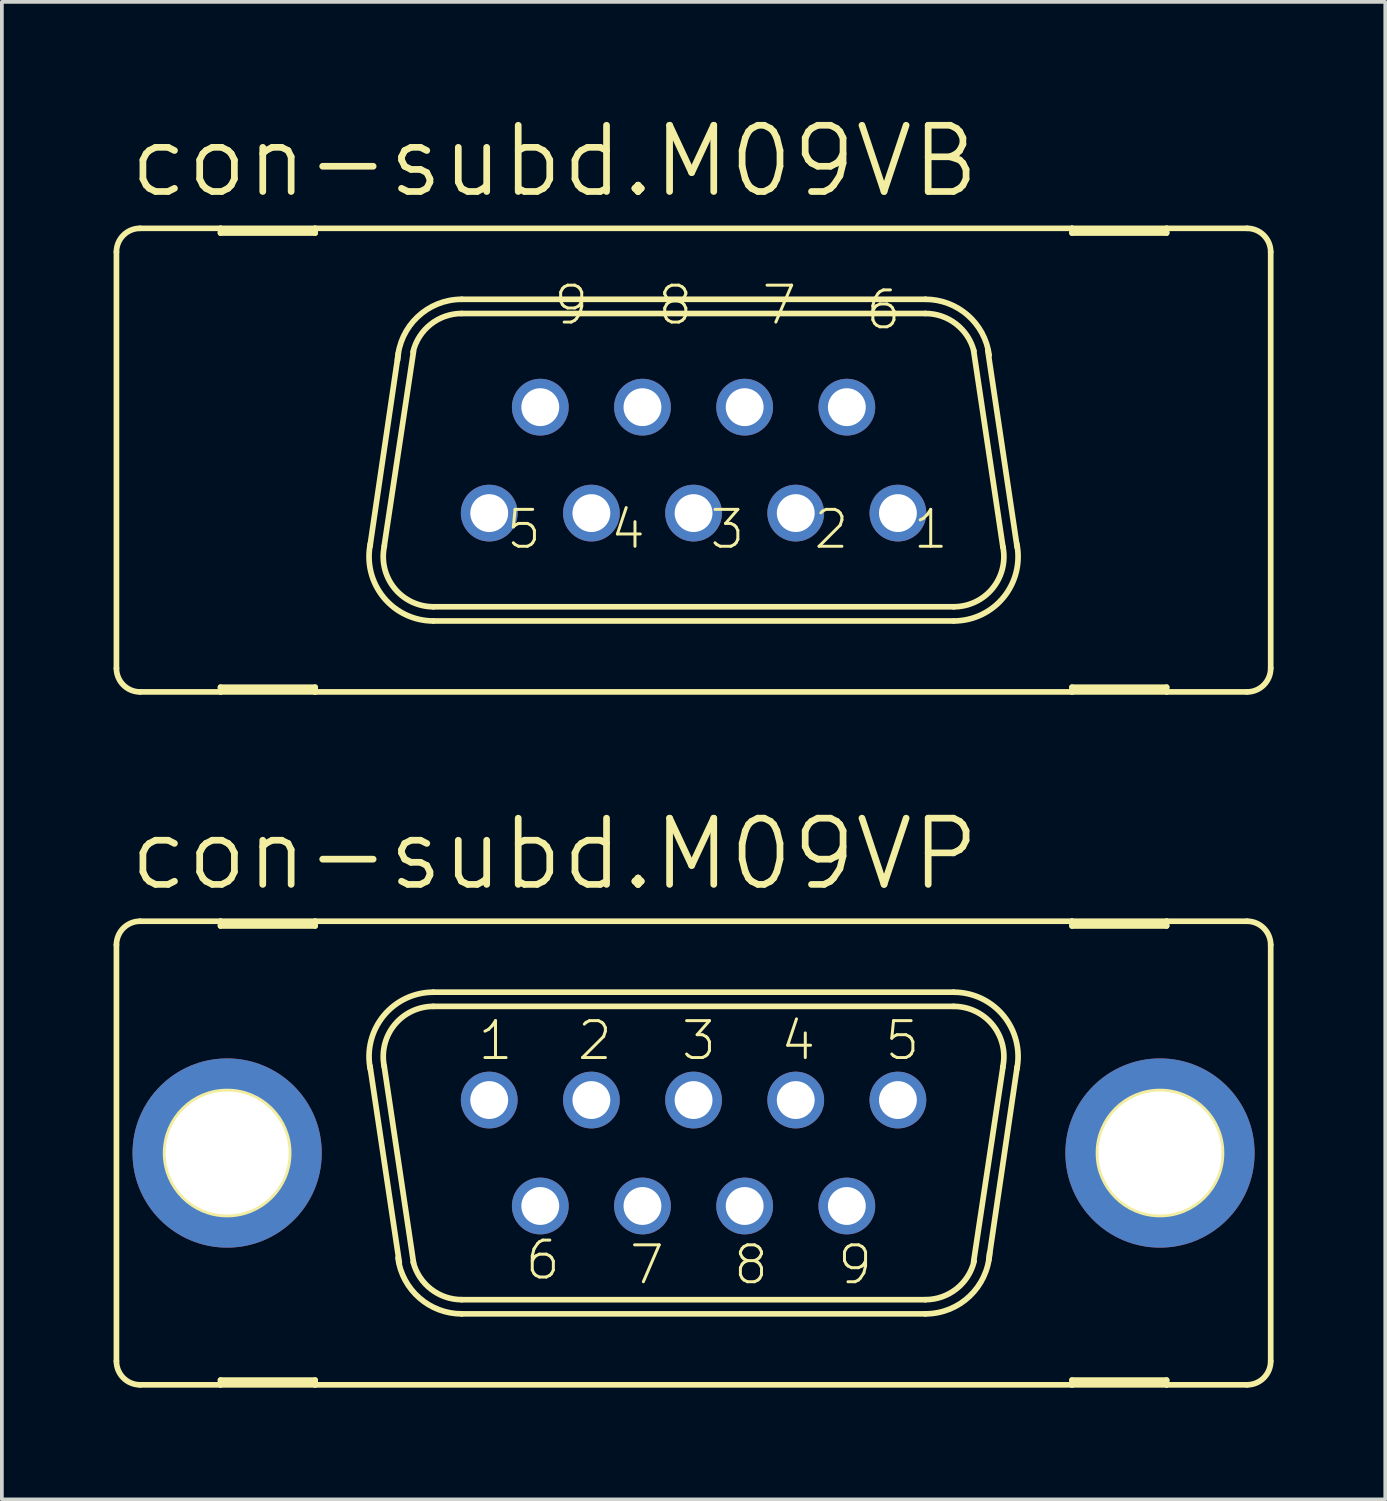
<source format=kicad_pcb>
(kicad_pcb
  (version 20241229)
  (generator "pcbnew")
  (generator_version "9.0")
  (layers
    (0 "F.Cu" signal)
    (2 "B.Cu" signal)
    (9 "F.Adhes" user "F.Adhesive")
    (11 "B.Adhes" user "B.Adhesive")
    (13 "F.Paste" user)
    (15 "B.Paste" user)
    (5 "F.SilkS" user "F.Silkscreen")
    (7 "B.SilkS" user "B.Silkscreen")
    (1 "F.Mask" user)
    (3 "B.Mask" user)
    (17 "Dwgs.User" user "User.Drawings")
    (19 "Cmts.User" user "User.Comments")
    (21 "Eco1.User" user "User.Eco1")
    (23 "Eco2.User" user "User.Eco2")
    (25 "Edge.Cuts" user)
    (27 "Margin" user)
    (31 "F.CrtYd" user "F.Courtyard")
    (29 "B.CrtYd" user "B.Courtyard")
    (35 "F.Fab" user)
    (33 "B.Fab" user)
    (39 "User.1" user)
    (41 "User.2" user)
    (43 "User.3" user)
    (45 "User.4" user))
  (footprint "con-subd.M09VB"
    (layer "F.Cu")
    (at 15.57 9.303)
    (property "Reference" "con-subd.M09VB" (at -15.24 -6.985 0) (layer "F.SilkS") (effects (font (size 1.778 1.778) (thickness 0.18)) (justify left bottom)))
    (attr through_hole)
    (fp_line (start -15.494 5.588) (end -15.494 -5.588) (stroke (width 0.152) (type default)) (layer "F.SilkS"))
    (fp_line (start -14.859 6.223) (end -12.7 6.223) (stroke (width 0.152) (type default)) (layer "F.SilkS"))
    (fp_line (start -12.7 -6.223) (end -14.859 -6.223) (stroke (width 0.152) (type default)) (layer "F.SilkS"))
    (fp_line (start -12.7 -6.096) (end -12.7 -6.223) (stroke (width 0.152) (type default)) (layer "F.SilkS"))
    (fp_line (start -12.7 6.096) (end -12.7 6.223) (stroke (width 0.152) (type default)) (layer "F.SilkS"))
    (fp_line (start -12.7 6.223) (end -10.16 6.223) (stroke (width 0.152) (type default)) (layer "F.SilkS"))
    (fp_line (start -10.16 -6.223) (end -12.7 -6.223) (stroke (width 0.152) (type default)) (layer "F.SilkS"))
    (fp_line (start -10.16 -6.223) (end -10.16 -6.096) (stroke (width 0.152) (type default)) (layer "F.SilkS"))
    (fp_line (start -10.16 -6.096) (end -12.7 -6.096) (stroke (width 0.152) (type default)) (layer "F.SilkS"))
    (fp_line (start -10.16 6.096) (end -12.7 6.096) (stroke (width 0.152) (type default)) (layer "F.SilkS"))
    (fp_line (start -10.16 6.223) (end -10.16 6.096) (stroke (width 0.152) (type default)) (layer "F.SilkS"))
    (fp_line (start -10.16 6.223) (end 10.16 6.223) (stroke (width 0.152) (type default)) (layer "F.SilkS"))
    (fp_line (start -8.687 2.311) (end -7.925 -2.87) (stroke (width 0.152) (type default)) (layer "F.SilkS"))
    (fp_line (start -8.306 2.311) (end -7.518 -2.921) (stroke (width 0.152) (type default)) (layer "F.SilkS"))
    (fp_line (start 6.223 -4.318) (end -6.223 -4.318) (stroke (width 0.152) (type default)) (layer "F.SilkS"))
    (fp_line (start 6.223 -3.937) (end -6.223 -3.937) (stroke (width 0.152) (type default)) (layer "F.SilkS"))
    (fp_line (start 6.985 3.937) (end -6.985 3.937) (stroke (width 0.152) (type default)) (layer "F.SilkS"))
    (fp_line (start 6.985 4.318) (end -6.985 4.318) (stroke (width 0.152) (type default)) (layer "F.SilkS"))
    (fp_line (start 7.518 -2.946) (end 8.306 2.337) (stroke (width 0.152) (type default)) (layer "F.SilkS"))
    (fp_line (start 7.899 -2.946) (end 8.687 2.337) (stroke (width 0.152) (type default)) (layer "F.SilkS"))
    (fp_line (start 10.16 -6.223) (end -10.16 -6.223) (stroke (width 0.152) (type default)) (layer "F.SilkS"))
    (fp_line (start 10.16 -6.096) (end 10.16 -6.223) (stroke (width 0.152) (type default)) (layer "F.SilkS"))
    (fp_line (start 10.16 6.096) (end 10.16 6.223) (stroke (width 0.152) (type default)) (layer "F.SilkS"))
    (fp_line (start 10.16 6.223) (end 12.7 6.223) (stroke (width 0.152) (type default)) (layer "F.SilkS"))
    (fp_line (start 12.7 -6.223) (end 10.16 -6.223) (stroke (width 0.152) (type default)) (layer "F.SilkS"))
    (fp_line (start 12.7 -6.223) (end 12.7 -6.096) (stroke (width 0.152) (type default)) (layer "F.SilkS"))
    (fp_line (start 12.7 -6.096) (end 10.16 -6.096) (stroke (width 0.152) (type default)) (layer "F.SilkS"))
    (fp_line (start 12.7 6.096) (end 10.16 6.096) (stroke (width 0.152) (type default)) (layer "F.SilkS"))
    (fp_line (start 12.7 6.223) (end 12.7 6.096) (stroke (width 0.152) (type default)) (layer "F.SilkS"))
    (fp_line (start 12.7 6.223) (end 14.859 6.223) (stroke (width 0.152) (type default)) (layer "F.SilkS"))
    (fp_line (start 14.859 -6.223) (end 12.7 -6.223) (stroke (width 0.152) (type default)) (layer "F.SilkS"))
    (fp_line (start 15.494 5.588) (end 15.494 -5.588) (stroke (width 0.152) (type default)) (layer "F.SilkS"))
    (fp_arc (start -15.494 -5.588) (mid -15.308013 -6.037013) (end -14.859 -6.223) (stroke (width 0.1524) (type default)) (layer "F.SilkS"))
    (fp_arc (start -14.859 6.223) (mid -15.308013 6.037013) (end -15.494 5.588) (stroke (width 0.1524) (type default)) (layer "F.SilkS"))
    (fp_arc (start -7.9473 -2.6849) (mid -7.410366 -3.844828) (end -6.223 -4.318) (stroke (width 0.1524) (type default)) (layer "F.SilkS"))
    (fp_arc (start -7.5317 -2.905) (mid -7.056256 -3.647874) (end -6.223 -3.937) (stroke (width 0.1524) (type default)) (layer "F.SilkS"))
    (fp_arc (start -6.985 3.937) (mid -8.033556 3.435184) (end -8.3005 2.3038) (stroke (width 0.1524) (type default)) (layer "F.SilkS"))
    (fp_arc (start -6.985 4.318) (mid -8.320812 3.685867) (end -8.679 2.2521) (stroke (width 0.1524) (type default)) (layer "F.SilkS"))
    (fp_arc (start 6.223 -4.318) (mid 7.360711 -3.890312) (end 7.935 -2.8191) (stroke (width 0.1524) (type default)) (layer "F.SilkS"))
    (fp_arc (start 6.223 -3.937) (mid 7.0465 -3.655746) (end 7.5259 -2.9295) (stroke (width 0.1524) (type default)) (layer "F.SilkS"))
    (fp_arc (start 8.3051 2.3268) (mid 8.026082 3.444284) (end 6.985 3.937) (stroke (width 0.1524) (type default)) (layer "F.SilkS"))
    (fp_arc (start 8.6787 2.2521) (mid 8.320717 3.685841) (end 6.985 4.318) (stroke (width 0.1524) (type default)) (layer "F.SilkS"))
    (fp_arc (start 14.859 -6.223) (mid 15.308013 -6.037013) (end 15.494 -5.588) (stroke (width 0.1524) (type default)) (layer "F.SilkS"))
    (fp_arc (start 15.494 5.588) (mid 15.308013 6.037013) (end 14.859 6.223) (stroke (width 0.1524) (type default)) (layer "F.SilkS"))
    (fp_circle (center -5.486 1.422) (end -5.232 1.422) (stroke (width 0.406) (type default)) (fill no) (layer "F.Fab"))
    (fp_circle (center -4.115 -1.422) (end -3.861 -1.422) (stroke (width 0.406) (type default)) (fill no) (layer "F.Fab"))
    (fp_circle (center -2.743 1.422) (end -2.489 1.422) (stroke (width 0.406) (type default)) (fill no) (layer "F.Fab"))
    (fp_circle (center -1.372 -1.422) (end -1.118 -1.422) (stroke (width 0.406) (type default)) (fill no) (layer "F.Fab"))
    (fp_circle (center 0 1.422) (end 0.254 1.422) (stroke (width 0.406) (type default)) (fill no) (layer "F.Fab"))
    (fp_circle (center 1.372 -1.422) (end 1.626 -1.422) (stroke (width 0.406) (type default)) (fill no) (layer "F.Fab"))
    (fp_circle (center 2.743 1.422) (end 2.997 1.422) (stroke (width 0.406) (type default)) (fill no) (layer "F.Fab"))
    (fp_circle (center 4.115 -1.422) (end 4.369 -1.422) (stroke (width 0.406) (type default)) (fill no) (layer "F.Fab"))
    (fp_circle (center 5.486 1.422) (end 5.74 1.422) (stroke (width 0.406) (type default)) (fill no) (layer "F.Fab"))
    (fp_text user "5" (at -5.08 2.438 180) (layer "F.SilkS") (effects (font (size 0.991 0.991) (thickness 0.08)) (justify left bottom)))
    (fp_text user "9" (at -3.81 -3.581 180) (layer "F.SilkS") (effects (font (size 0.991 0.991) (thickness 0.08)) (justify left bottom)))
    (fp_text user "2" (at 3.175 2.438 180) (layer "F.SilkS") (effects (font (size 0.991 0.991) (thickness 0.08)) (justify left bottom)))
    (fp_text user "7" (at 1.778 -3.581 180) (layer "F.SilkS") (effects (font (size 0.991 0.991) (thickness 0.08)) (justify left bottom)))
    (fp_text user "4" (at -2.286 2.438 180) (layer "F.SilkS") (effects (font (size 0.991 0.991) (thickness 0.08)) (justify left bottom)))
    (fp_text user "3" (at 0.381 2.438 180) (layer "F.SilkS") (effects (font (size 0.991 0.991) (thickness 0.08)) (justify left bottom)))
    (fp_text user "1" (at 5.842 2.438 180) (layer "F.SilkS") (effects (font (size 0.991 0.991) (thickness 0.08)) (justify left bottom)))
    (fp_text user "8" (at -1.016 -3.581 180) (layer "F.SilkS") (effects (font (size 0.991 0.991) (thickness 0.08)) (justify left bottom)))
    (fp_text user "6" (at 4.572 -3.454 180) (layer "F.SilkS") (effects (font (size 0.991 0.991) (thickness 0.08)) (justify left bottom)))
    (pad "1" thru_hole circle (at 5.486 1.422) (size 1.524 1.524) (drill 1.016) (layers "*.Cu" "*.Mask"))
    (pad "2" thru_hole circle (at 2.743 1.422) (size 1.524 1.524) (drill 1.016) (layers "*.Cu" "*.Mask"))
    (pad "3" thru_hole circle (at 0 1.422) (size 1.524 1.524) (drill 1.016) (layers "*.Cu" "*.Mask"))
    (pad "4" thru_hole circle (at -2.743 1.422) (size 1.524 1.524) (drill 1.016) (layers "*.Cu" "*.Mask"))
    (pad "5" thru_hole circle (at -5.486 1.422) (size 1.524 1.524) (drill 1.016) (layers "*.Cu" "*.Mask"))
    (pad "6" thru_hole circle (at 4.115 -1.422) (size 1.524 1.524) (drill 1.016) (layers "*.Cu" "*.Mask"))
    (pad "7" thru_hole circle (at 1.372 -1.422) (size 1.524 1.524) (drill 1.016) (layers "*.Cu" "*.Mask"))
    (pad "8" thru_hole circle (at -1.372 -1.422) (size 1.524 1.524) (drill 1.016) (layers "*.Cu" "*.Mask"))
    (pad "9" thru_hole circle (at -4.115 -1.422) (size 1.524 1.524) (drill 1.016) (layers "*.Cu" "*.Mask")))
  (footprint "con-subd.M09VP"
    (layer "F.Cu")
    (at 15.57 27.905)
    (property "Reference" "con-subd.M09VP" (at -15.24 -6.985 0) (layer "F.SilkS") (effects (font (size 1.778 1.778) (thickness 0.18)) (justify left bottom)))
    (attr through_hole)
    (fp_line (start -15.494 -5.588) (end -15.494 5.588) (stroke (width 0.152) (type default)) (layer "F.SilkS"))
    (fp_line (start -14.859 6.223) (end -12.7 6.223) (stroke (width 0.152) (type default)) (layer "F.SilkS"))
    (fp_line (start -12.7 -6.223) (end -14.859 -6.223) (stroke (width 0.152) (type default)) (layer "F.SilkS"))
    (fp_line (start -12.7 -6.223) (end -12.7 -6.096) (stroke (width 0.152) (type default)) (layer "F.SilkS"))
    (fp_line (start -12.7 -6.096) (end -10.16 -6.096) (stroke (width 0.152) (type default)) (layer "F.SilkS"))
    (fp_line (start -12.7 6.096) (end -10.16 6.096) (stroke (width 0.152) (type default)) (layer "F.SilkS"))
    (fp_line (start -12.7 6.223) (end -12.7 6.096) (stroke (width 0.152) (type default)) (layer "F.SilkS"))
    (fp_line (start -12.7 6.223) (end -10.16 6.223) (stroke (width 0.152) (type default)) (layer "F.SilkS"))
    (fp_line (start -10.16 -6.223) (end -12.7 -6.223) (stroke (width 0.152) (type default)) (layer "F.SilkS"))
    (fp_line (start -10.16 -6.096) (end -10.16 -6.223) (stroke (width 0.152) (type default)) (layer "F.SilkS"))
    (fp_line (start -10.16 6.096) (end -10.16 6.223) (stroke (width 0.152) (type default)) (layer "F.SilkS"))
    (fp_line (start -10.16 6.223) (end 10.16 6.223) (stroke (width 0.152) (type default)) (layer "F.SilkS"))
    (fp_line (start -7.899 2.946) (end -8.687 -2.337) (stroke (width 0.152) (type default)) (layer "F.SilkS"))
    (fp_line (start -7.518 2.946) (end -8.306 -2.337) (stroke (width 0.152) (type default)) (layer "F.SilkS"))
    (fp_line (start -6.985 -4.318) (end 6.985 -4.318) (stroke (width 0.152) (type default)) (layer "F.SilkS"))
    (fp_line (start -6.985 -3.937) (end 6.985 -3.937) (stroke (width 0.152) (type default)) (layer "F.SilkS"))
    (fp_line (start -6.223 3.937) (end 6.223 3.937) (stroke (width 0.152) (type default)) (layer "F.SilkS"))
    (fp_line (start -6.223 4.318) (end 6.223 4.318) (stroke (width 0.152) (type default)) (layer "F.SilkS"))
    (fp_line (start 8.306 -2.311) (end 7.518 2.921) (stroke (width 0.152) (type default)) (layer "F.SilkS"))
    (fp_line (start 8.687 -2.311) (end 7.925 2.87) (stroke (width 0.152) (type default)) (layer "F.SilkS"))
    (fp_line (start 10.16 -6.223) (end -10.16 -6.223) (stroke (width 0.152) (type default)) (layer "F.SilkS"))
    (fp_line (start 10.16 -6.223) (end 10.16 -6.096) (stroke (width 0.152) (type default)) (layer "F.SilkS"))
    (fp_line (start 10.16 -6.096) (end 12.7 -6.096) (stroke (width 0.152) (type default)) (layer "F.SilkS"))
    (fp_line (start 10.16 6.096) (end 12.7 6.096) (stroke (width 0.152) (type default)) (layer "F.SilkS"))
    (fp_line (start 10.16 6.223) (end 10.16 6.096) (stroke (width 0.152) (type default)) (layer "F.SilkS"))
    (fp_line (start 10.16 6.223) (end 12.7 6.223) (stroke (width 0.152) (type default)) (layer "F.SilkS"))
    (fp_line (start 12.7 -6.223) (end 10.16 -6.223) (stroke (width 0.152) (type default)) (layer "F.SilkS"))
    (fp_line (start 12.7 -6.096) (end 12.7 -6.223) (stroke (width 0.152) (type default)) (layer "F.SilkS"))
    (fp_line (start 12.7 6.096) (end 12.7 6.223) (stroke (width 0.152) (type default)) (layer "F.SilkS"))
    (fp_line (start 12.7 6.223) (end 14.859 6.223) (stroke (width 0.152) (type default)) (layer "F.SilkS"))
    (fp_line (start 14.859 -6.223) (end 12.7 -6.223) (stroke (width 0.152) (type default)) (layer "F.SilkS"))
    (fp_line (start 15.494 -5.588) (end 15.494 5.588) (stroke (width 0.152) (type default)) (layer "F.SilkS"))
    (fp_arc (start -15.494 -5.588) (mid -15.308013 -6.037013) (end -14.859 -6.223) (stroke (width 0.1524) (type default)) (layer "F.SilkS"))
    (fp_arc (start -14.859 6.223) (mid -15.308013 6.037013) (end -15.494 5.588) (stroke (width 0.1524) (type default)) (layer "F.SilkS"))
    (fp_arc (start -8.6787 -2.2521) (mid -8.320717 -3.685841) (end -6.985 -4.318) (stroke (width 0.1524) (type default)) (layer "F.SilkS"))
    (fp_arc (start -8.3051 -2.3268) (mid -8.026082 -3.444284) (end -6.985 -3.937) (stroke (width 0.1524) (type default)) (layer "F.SilkS"))
    (fp_arc (start -6.223 3.937) (mid -7.0465 3.655746) (end -7.5259 2.9295) (stroke (width 0.1524) (type default)) (layer "F.SilkS"))
    (fp_arc (start -6.223 4.318) (mid -7.360711 3.890312) (end -7.935 2.8191) (stroke (width 0.1524) (type default)) (layer "F.SilkS"))
    (fp_arc (start 6.985 -4.318) (mid 8.320812 -3.685867) (end 8.679 -2.2521) (stroke (width 0.1524) (type default)) (layer "F.SilkS"))
    (fp_arc (start 6.985 -3.937) (mid 8.033556 -3.435184) (end 8.3005 -2.3038) (stroke (width 0.1524) (type default)) (layer "F.SilkS"))
    (fp_arc (start 7.5317 2.905) (mid 7.056256 3.647874) (end 6.223 3.937) (stroke (width 0.1524) (type default)) (layer "F.SilkS"))
    (fp_arc (start 7.9473 2.6849) (mid 7.410366 3.844828) (end 6.223 4.318) (stroke (width 0.1524) (type default)) (layer "F.SilkS"))
    (fp_arc (start 14.859 -6.223) (mid 15.308013 -6.037013) (end 15.494 -5.588) (stroke (width 0.1524) (type default)) (layer "F.SilkS"))
    (fp_arc (start 15.494 5.588) (mid 15.308013 6.037013) (end 14.859 6.223) (stroke (width 0.1524) (type default)) (layer "F.SilkS"))
    (fp_circle (center -12.522 0) (end -10.871 0) (stroke (width 0.152) (type default)) (fill no) (layer "F.SilkS"))
    (fp_circle (center 12.522 0) (end 14.173 0) (stroke (width 0.152) (type default)) (fill no) (layer "F.SilkS"))
    (fp_circle (center -5.486 -1.422) (end -5.232 -1.422) (stroke (width 0.406) (type default)) (fill no) (layer "F.Fab"))
    (fp_circle (center -4.115 1.422) (end -3.861 1.422) (stroke (width 0.406) (type default)) (fill no) (layer "F.Fab"))
    (fp_circle (center -2.743 -1.422) (end -2.489 -1.422) (stroke (width 0.406) (type default)) (fill no) (layer "F.Fab"))
    (fp_circle (center -1.372 1.422) (end -1.118 1.422) (stroke (width 0.406) (type default)) (fill no) (layer "F.Fab"))
    (fp_circle (center 0 -1.422) (end 0.254 -1.422) (stroke (width 0.406) (type default)) (fill no) (layer "F.Fab"))
    (fp_circle (center 1.372 1.422) (end 1.626 1.422) (stroke (width 0.406) (type default)) (fill no) (layer "F.Fab"))
    (fp_circle (center 2.743 -1.422) (end 2.997 -1.422) (stroke (width 0.406) (type default)) (fill no) (layer "F.Fab"))
    (fp_circle (center 4.115 1.422) (end 4.369 1.422) (stroke (width 0.406) (type default)) (fill no) (layer "F.Fab"))
    (fp_circle (center 5.486 -1.422) (end 5.74 -1.422) (stroke (width 0.406) (type default)) (fill no) (layer "F.Fab"))
    (fp_text user "1" (at -5.842 -2.438 0) (layer "F.SilkS") (effects (font (size 0.991 0.991) (thickness 0.08)) (justify left bottom)))
    (fp_text user "6" (at -4.572 3.454 0) (layer "F.SilkS") (effects (font (size 0.991 0.991) (thickness 0.08)) (justify left bottom)))
    (fp_text user "3" (at -0.381 -2.438 0) (layer "F.SilkS") (effects (font (size 0.991 0.991) (thickness 0.08)) (justify left bottom)))
    (fp_text user "5" (at 5.08 -2.438 0) (layer "F.SilkS") (effects (font (size 0.991 0.991) (thickness 0.08)) (justify left bottom)))
    (fp_text user "8" (at 1.016 3.581 0) (layer "F.SilkS") (effects (font (size 0.991 0.991) (thickness 0.08)) (justify left bottom)))
    (fp_text user "4" (at 2.286 -2.438 0) (layer "F.SilkS") (effects (font (size 0.991 0.991) (thickness 0.08)) (justify left bottom)))
    (fp_text user "2" (at -3.175 -2.438 0) (layer "F.SilkS") (effects (font (size 0.991 0.991) (thickness 0.08)) (justify left bottom)))
    (fp_text user "9" (at 3.81 3.581 0) (layer "F.SilkS") (effects (font (size 0.991 0.991) (thickness 0.08)) (justify left bottom)))
    (fp_text user "7" (at -1.778 3.581 0) (layer "F.SilkS") (effects (font (size 0.991 0.991) (thickness 0.08)) (justify left bottom)))
    (pad "1" thru_hole circle (at -5.486 -1.422) (size 1.524 1.524) (drill 1.016) (layers "*.Cu" "*.Mask"))
    (pad "2" thru_hole circle (at -2.743 -1.422) (size 1.524 1.524) (drill 1.016) (layers "*.Cu" "*.Mask"))
    (pad "3" thru_hole circle (at 0 -1.422) (size 1.524 1.524) (drill 1.016) (layers "*.Cu" "*.Mask"))
    (pad "4" thru_hole circle (at 2.743 -1.422) (size 1.524 1.524) (drill 1.016) (layers "*.Cu" "*.Mask"))
    (pad "5" thru_hole circle (at 5.486 -1.422) (size 1.524 1.524) (drill 1.016) (layers "*.Cu" "*.Mask"))
    (pad "6" thru_hole circle (at -4.115 1.422) (size 1.524 1.524) (drill 1.016) (layers "*.Cu" "*.Mask"))
    (pad "7" thru_hole circle (at -1.372 1.422) (size 1.524 1.524) (drill 1.016) (layers "*.Cu" "*.Mask"))
    (pad "8" thru_hole circle (at 1.372 1.422) (size 1.524 1.524) (drill 1.016) (layers "*.Cu" "*.Mask"))
    (pad "9" thru_hole circle (at 4.115 1.422) (size 1.524 1.524) (drill 1.016) (layers "*.Cu" "*.Mask"))
    (pad "G1" thru_hole circle (at -12.522 0) (size 5.08 5.08) (drill 3.302) (layers "*.Cu" "*.Mask"))
    (pad "G2" thru_hole circle (at 12.522 0) (size 5.08 5.08) (drill 3.302) (layers "*.Cu" "*.Mask")))
  (gr_rect
    (start -3 -3)
    (end 34.14 37.204)
    (stroke (width 0.1) (type default))
    (fill no)
    (layer "Edge.Cuts")))
</source>
